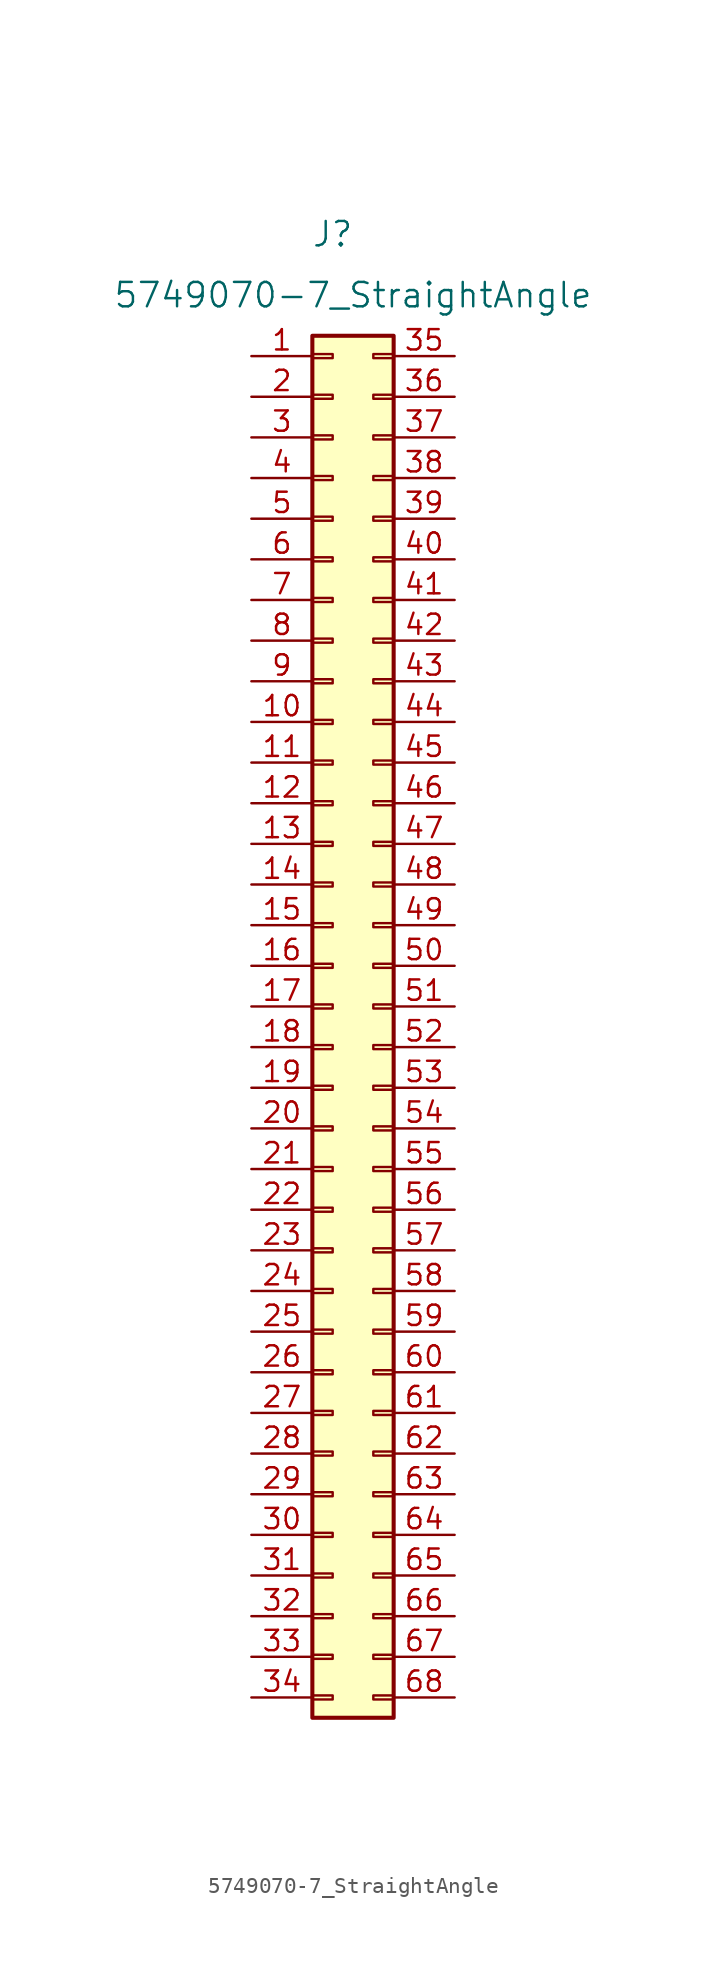
<source format=kicad_sym>
(kicad_symbol_lib
  (version 20220914)
  (generator kicad_symbol_editor)
  (symbol "5749070-7_StraightAngle"
    (pin_names
      (offset 0) hide)
    (property "Reference" "J"
      (at 5.08 7.62 0)
      (effects (font (size 1.524 1.524))))
    (property "Value" "5749070-7_StraightAngle"
      (at 6.35 3.81 0)
      (effects (font (size 1.524 1.524))))
    (symbol "5749070-7_StraightAngle_1_1"
      (rectangle (start 3.81 -83.693) (end 5.08 -83.947) (stroke (width 0.152) (type default)) (fill (type none)))
      (rectangle (start 3.81 -81.153) (end 5.08 -81.407) (stroke (width 0.152) (type default)) (fill (type none)))
      (rectangle (start 3.81 -78.613) (end 5.08 -78.867) (stroke (width 0.152) (type default)) (fill (type none)))
      (rectangle (start 3.81 -76.073) (end 5.08 -76.327) (stroke (width 0.152) (type default)) (fill (type none)))
      (rectangle (start 3.81 -73.533) (end 5.08 -73.787) (stroke (width 0.152) (type default)) (fill (type none)))
      (rectangle (start 3.81 -70.993) (end 5.08 -71.247) (stroke (width 0.152) (type default)) (fill (type none)))
      (rectangle (start 3.81 -68.453) (end 5.08 -68.707) (stroke (width 0.152) (type default)) (fill (type none)))
      (rectangle (start 3.81 -65.913) (end 5.08 -66.167) (stroke (width 0.152) (type default)) (fill (type none)))
      (rectangle (start 3.81 -63.373) (end 5.08 -63.627) (stroke (width 0.152) (type default)) (fill (type none)))
      (rectangle (start 3.81 -60.833) (end 5.08 -61.087) (stroke (width 0.152) (type default)) (fill (type none)))
      (rectangle (start 3.81 -58.293) (end 5.08 -58.547) (stroke (width 0.152) (type default)) (fill (type none)))
      (rectangle (start 3.81 -55.753) (end 5.08 -56.007) (stroke (width 0.152) (type default)) (fill (type none)))
      (rectangle (start 3.81 -53.213) (end 5.08 -53.467) (stroke (width 0.152) (type default)) (fill (type none)))
      (rectangle (start 3.81 -50.673) (end 5.08 -50.927) (stroke (width 0.152) (type default)) (fill (type none)))
      (rectangle (start 3.81 -48.133) (end 5.08 -48.387) (stroke (width 0.152) (type default)) (fill (type none)))
      (rectangle (start 3.81 -45.593) (end 5.08 -45.847) (stroke (width 0.152) (type default)) (fill (type none)))
      (rectangle (start 3.81 -43.053) (end 5.08 -43.307) (stroke (width 0.152) (type default)) (fill (type none)))
      (rectangle (start 3.81 -40.513) (end 5.08 -40.767) (stroke (width 0.152) (type default)) (fill (type none)))
      (rectangle (start 3.81 -37.973) (end 5.08 -38.227) (stroke (width 0.152) (type default)) (fill (type none)))
      (rectangle (start 3.81 -35.433) (end 5.08 -35.687) (stroke (width 0.152) (type default)) (fill (type none)))
      (rectangle (start 3.81 -32.893) (end 5.08 -33.147) (stroke (width 0.152) (type default)) (fill (type none)))
      (rectangle (start 3.81 -30.353) (end 5.08 -30.607) (stroke (width 0.152) (type default)) (fill (type none)))
      (rectangle (start 3.81 -27.813) (end 5.08 -28.067) (stroke (width 0.152) (type default)) (fill (type none)))
      (rectangle (start 3.81 -25.273) (end 5.08 -25.527) (stroke (width 0.152) (type default)) (fill (type none)))
      (rectangle (start 3.81 -22.733) (end 5.08 -22.987) (stroke (width 0.152) (type default)) (fill (type none)))
      (rectangle (start 3.81 -20.193) (end 5.08 -20.447) (stroke (width 0.152) (type default)) (fill (type none)))
      (rectangle (start 3.81 -17.653) (end 5.08 -17.907) (stroke (width 0.152) (type default)) (fill (type none)))
      (rectangle (start 3.81 -15.113) (end 5.08 -15.367) (stroke (width 0.152) (type default)) (fill (type none)))
      (rectangle (start 3.81 -12.573) (end 5.08 -12.827) (stroke (width 0.152) (type default)) (fill (type none)))
      (rectangle (start 3.81 -10.033) (end 5.08 -10.287) (stroke (width 0.152) (type default)) (fill (type none)))
      (rectangle (start 3.81 -7.493) (end 5.08 -7.747) (stroke (width 0.152) (type default)) (fill (type none)))
      (rectangle (start 3.81 -4.953) (end 5.08 -5.207) (stroke (width 0.152) (type default)) (fill (type none)))
      (rectangle (start 3.81 -2.413) (end 5.08 -2.667) (stroke (width 0.152) (type default)) (fill (type none)))
      (rectangle (start 3.81 0.127) (end 5.08 -0.127) (stroke (width 0.152) (type default)) (fill (type none)))
      (rectangle (start 3.81 1.27) (end 8.89 -85.09) (stroke (width 0.254) (type default)) (fill (type background)))
      (rectangle (start 8.89 -83.693) (end 7.62 -83.947) (stroke (width 0.152) (type default)) (fill (type none)))
      (rectangle (start 8.89 -81.153) (end 7.62 -81.407) (stroke (width 0.152) (type default)) (fill (type none)))
      (rectangle (start 8.89 -78.613) (end 7.62 -78.867) (stroke (width 0.152) (type default)) (fill (type none)))
      (rectangle (start 8.89 -76.073) (end 7.62 -76.327) (stroke (width 0.152) (type default)) (fill (type none)))
      (rectangle (start 8.89 -73.533) (end 7.62 -73.787) (stroke (width 0.152) (type default)) (fill (type none)))
      (rectangle (start 8.89 -70.993) (end 7.62 -71.247) (stroke (width 0.152) (type default)) (fill (type none)))
      (rectangle (start 8.89 -68.453) (end 7.62 -68.707) (stroke (width 0.152) (type default)) (fill (type none)))
      (rectangle (start 8.89 -65.913) (end 7.62 -66.167) (stroke (width 0.152) (type default)) (fill (type none)))
      (rectangle (start 8.89 -63.373) (end 7.62 -63.627) (stroke (width 0.152) (type default)) (fill (type none)))
      (rectangle (start 8.89 -60.833) (end 7.62 -61.087) (stroke (width 0.152) (type default)) (fill (type none)))
      (rectangle (start 8.89 -58.293) (end 7.62 -58.547) (stroke (width 0.152) (type default)) (fill (type none)))
      (rectangle (start 8.89 -55.753) (end 7.62 -56.007) (stroke (width 0.152) (type default)) (fill (type none)))
      (rectangle (start 8.89 -53.213) (end 7.62 -53.467) (stroke (width 0.152) (type default)) (fill (type none)))
      (rectangle (start 8.89 -50.673) (end 7.62 -50.927) (stroke (width 0.152) (type default)) (fill (type none)))
      (rectangle (start 8.89 -48.133) (end 7.62 -48.387) (stroke (width 0.152) (type default)) (fill (type none)))
      (rectangle (start 8.89 -45.593) (end 7.62 -45.847) (stroke (width 0.152) (type default)) (fill (type none)))
      (rectangle (start 8.89 -43.053) (end 7.62 -43.307) (stroke (width 0.152) (type default)) (fill (type none)))
      (rectangle (start 8.89 -40.513) (end 7.62 -40.767) (stroke (width 0.152) (type default)) (fill (type none)))
      (rectangle (start 8.89 -37.973) (end 7.62 -38.227) (stroke (width 0.152) (type default)) (fill (type none)))
      (rectangle (start 8.89 -35.433) (end 7.62 -35.687) (stroke (width 0.152) (type default)) (fill (type none)))
      (rectangle (start 8.89 -32.893) (end 7.62 -33.147) (stroke (width 0.152) (type default)) (fill (type none)))
      (rectangle (start 8.89 -30.353) (end 7.62 -30.607) (stroke (width 0.152) (type default)) (fill (type none)))
      (rectangle (start 8.89 -27.813) (end 7.62 -28.067) (stroke (width 0.152) (type default)) (fill (type none)))
      (rectangle (start 8.89 -25.273) (end 7.62 -25.527) (stroke (width 0.152) (type default)) (fill (type none)))
      (rectangle (start 8.89 -22.733) (end 7.62 -22.987) (stroke (width 0.152) (type default)) (fill (type none)))
      (rectangle (start 8.89 -20.193) (end 7.62 -20.447) (stroke (width 0.152) (type default)) (fill (type none)))
      (rectangle (start 8.89 -17.653) (end 7.62 -17.907) (stroke (width 0.152) (type default)) (fill (type none)))
      (rectangle (start 8.89 -15.113) (end 7.62 -15.367) (stroke (width 0.152) (type default)) (fill (type none)))
      (rectangle (start 8.89 -12.573) (end 7.62 -12.827) (stroke (width 0.152) (type default)) (fill (type none)))
      (rectangle (start 8.89 -10.033) (end 7.62 -10.287) (stroke (width 0.152) (type default)) (fill (type none)))
      (rectangle (start 8.89 -7.493) (end 7.62 -7.747) (stroke (width 0.152) (type default)) (fill (type none)))
      (rectangle (start 8.89 -4.953) (end 7.62 -5.207) (stroke (width 0.152) (type default)) (fill (type none)))
      (rectangle (start 8.89 -2.413) (end 7.62 -2.667) (stroke (width 0.152) (type default)) (fill (type none)))
      (rectangle (start 8.89 0.127) (end 7.62 -0.127) (stroke (width 0.152) (type default)) (fill (type none)))
      (pin passive line (at 0 0 0) (length 3.81) (name "Pin_1" (effects (font (size 1.27 1.27)))) (number "1" (effects (font (size 1.27 1.27)))))
      (pin passive line (at 0 -22.86 0) (length 3.81) (name "Pin_10" (effects (font (size 1.27 1.27)))) (number "10" (effects (font (size 1.27 1.27)))))
      (pin passive line (at 0 -25.4 0) (length 3.81) (name "Pin_11" (effects (font (size 1.27 1.27)))) (number "11" (effects (font (size 1.27 1.27)))))
      (pin passive line (at 0 -27.94 0) (length 3.81) (name "Pin_12" (effects (font (size 1.27 1.27)))) (number "12" (effects (font (size 1.27 1.27)))))
      (pin passive line (at 0 -30.48 0) (length 3.81) (name "Pin_13" (effects (font (size 1.27 1.27)))) (number "13" (effects (font (size 1.27 1.27)))))
      (pin passive line (at 0 -33.02 0) (length 3.81) (name "Pin_14" (effects (font (size 1.27 1.27)))) (number "14" (effects (font (size 1.27 1.27)))))
      (pin passive line (at 0 -35.56 0) (length 3.81) (name "Pin_15" (effects (font (size 1.27 1.27)))) (number "15" (effects (font (size 1.27 1.27)))))
      (pin passive line (at 0 -38.1 0) (length 3.81) (name "Pin_16" (effects (font (size 1.27 1.27)))) (number "16" (effects (font (size 1.27 1.27)))))
      (pin passive line (at 0 -40.64 0) (length 3.81) (name "Pin_17" (effects (font (size 1.27 1.27)))) (number "17" (effects (font (size 1.27 1.27)))))
      (pin passive line (at 0 -43.18 0) (length 3.81) (name "Pin_18" (effects (font (size 1.27 1.27)))) (number "18" (effects (font (size 1.27 1.27)))))
      (pin passive line (at 0 -45.72 0) (length 3.81) (name "Pin_19" (effects (font (size 1.27 1.27)))) (number "19" (effects (font (size 1.27 1.27)))))
      (pin passive line (at 0 -2.54 0) (length 3.81) (name "Pin_2" (effects (font (size 1.27 1.27)))) (number "2" (effects (font (size 1.27 1.27)))))
      (pin passive line (at 0 -48.26 0) (length 3.81) (name "Pin_20" (effects (font (size 1.27 1.27)))) (number "20" (effects (font (size 1.27 1.27)))))
      (pin passive line (at 0 -50.8 0) (length 3.81) (name "Pin_21" (effects (font (size 1.27 1.27)))) (number "21" (effects (font (size 1.27 1.27)))))
      (pin passive line (at 0 -53.34 0) (length 3.81) (name "Pin_22" (effects (font (size 1.27 1.27)))) (number "22" (effects (font (size 1.27 1.27)))))
      (pin passive line (at 0 -55.88 0) (length 3.81) (name "Pin_23" (effects (font (size 1.27 1.27)))) (number "23" (effects (font (size 1.27 1.27)))))
      (pin passive line (at 0 -58.42 0) (length 3.81) (name "Pin_24" (effects (font (size 1.27 1.27)))) (number "24" (effects (font (size 1.27 1.27)))))
      (pin passive line (at 0 -60.96 0) (length 3.81) (name "Pin_25" (effects (font (size 1.27 1.27)))) (number "25" (effects (font (size 1.27 1.27)))))
      (pin passive line (at 0 -63.5 0) (length 3.81) (name "Pin_26" (effects (font (size 1.27 1.27)))) (number "26" (effects (font (size 1.27 1.27)))))
      (pin passive line (at 0 -66.04 0) (length 3.81) (name "Pin_27" (effects (font (size 1.27 1.27)))) (number "27" (effects (font (size 1.27 1.27)))))
      (pin passive line (at 0 -68.58 0) (length 3.81) (name "Pin_28" (effects (font (size 1.27 1.27)))) (number "28" (effects (font (size 1.27 1.27)))))
      (pin passive line (at 0 -71.12 0) (length 3.81) (name "Pin_29" (effects (font (size 1.27 1.27)))) (number "29" (effects (font (size 1.27 1.27)))))
      (pin passive line (at 0 -5.08 0) (length 3.81) (name "Pin_3" (effects (font (size 1.27 1.27)))) (number "3" (effects (font (size 1.27 1.27)))))
      (pin passive line (at 0 -73.66 0) (length 3.81) (name "Pin_30" (effects (font (size 1.27 1.27)))) (number "30" (effects (font (size 1.27 1.27)))))
      (pin passive line (at 0 -76.2 0) (length 3.81) (name "Pin_31" (effects (font (size 1.27 1.27)))) (number "31" (effects (font (size 1.27 1.27)))))
      (pin passive line (at 0 -78.74 0) (length 3.81) (name "Pin_32" (effects (font (size 1.27 1.27)))) (number "32" (effects (font (size 1.27 1.27)))))
      (pin passive line (at 0 -81.28 0) (length 3.81) (name "Pin_33" (effects (font (size 1.27 1.27)))) (number "33" (effects (font (size 1.27 1.27)))))
      (pin passive line (at 0 -83.82 0) (length 3.81) (name "Pin_34" (effects (font (size 1.27 1.27)))) (number "34" (effects (font (size 1.27 1.27)))))
      (pin passive line (at 12.7 0 180) (length 3.81) (name "Pin_35" (effects (font (size 1.27 1.27)))) (number "35" (effects (font (size 1.27 1.27)))))
      (pin passive line (at 12.7 -2.54 180) (length 3.81) (name "Pin_36" (effects (font (size 1.27 1.27)))) (number "36" (effects (font (size 1.27 1.27)))))
      (pin passive line (at 12.7 -5.08 180) (length 3.81) (name "Pin_37" (effects (font (size 1.27 1.27)))) (number "37" (effects (font (size 1.27 1.27)))))
      (pin passive line (at 12.7 -7.62 180) (length 3.81) (name "Pin_38" (effects (font (size 1.27 1.27)))) (number "38" (effects (font (size 1.27 1.27)))))
      (pin passive line (at 12.7 -10.16 180) (length 3.81) (name "Pin_39" (effects (font (size 1.27 1.27)))) (number "39" (effects (font (size 1.27 1.27)))))
      (pin passive line (at 0 -7.62 0) (length 3.81) (name "Pin_4" (effects (font (size 1.27 1.27)))) (number "4" (effects (font (size 1.27 1.27)))))
      (pin passive line (at 12.7 -12.7 180) (length 3.81) (name "Pin_40" (effects (font (size 1.27 1.27)))) (number "40" (effects (font (size 1.27 1.27)))))
      (pin passive line (at 12.7 -15.24 180) (length 3.81) (name "Pin_41" (effects (font (size 1.27 1.27)))) (number "41" (effects (font (size 1.27 1.27)))))
      (pin passive line (at 12.7 -17.78 180) (length 3.81) (name "Pin_42" (effects (font (size 1.27 1.27)))) (number "42" (effects (font (size 1.27 1.27)))))
      (pin passive line (at 12.7 -20.32 180) (length 3.81) (name "Pin_43" (effects (font (size 1.27 1.27)))) (number "43" (effects (font (size 1.27 1.27)))))
      (pin passive line (at 12.7 -22.86 180) (length 3.81) (name "Pin_44" (effects (font (size 1.27 1.27)))) (number "44" (effects (font (size 1.27 1.27)))))
      (pin passive line (at 12.7 -25.4 180) (length 3.81) (name "Pin_45" (effects (font (size 1.27 1.27)))) (number "45" (effects (font (size 1.27 1.27)))))
      (pin passive line (at 12.7 -27.94 180) (length 3.81) (name "Pin_46" (effects (font (size 1.27 1.27)))) (number "46" (effects (font (size 1.27 1.27)))))
      (pin passive line (at 12.7 -30.48 180) (length 3.81) (name "Pin_47" (effects (font (size 1.27 1.27)))) (number "47" (effects (font (size 1.27 1.27)))))
      (pin passive line (at 12.7 -33.02 180) (length 3.81) (name "Pin_48" (effects (font (size 1.27 1.27)))) (number "48" (effects (font (size 1.27 1.27)))))
      (pin passive line (at 12.7 -35.56 180) (length 3.81) (name "Pin_49" (effects (font (size 1.27 1.27)))) (number "49" (effects (font (size 1.27 1.27)))))
      (pin passive line (at 0 -10.16 0) (length 3.81) (name "Pin_5" (effects (font (size 1.27 1.27)))) (number "5" (effects (font (size 1.27 1.27)))))
      (pin passive line (at 12.7 -38.1 180) (length 3.81) (name "Pin_50" (effects (font (size 1.27 1.27)))) (number "50" (effects (font (size 1.27 1.27)))))
      (pin passive line (at 12.7 -40.64 180) (length 3.81) (name "Pin_51" (effects (font (size 1.27 1.27)))) (number "51" (effects (font (size 1.27 1.27)))))
      (pin passive line (at 12.7 -43.18 180) (length 3.81) (name "Pin_52" (effects (font (size 1.27 1.27)))) (number "52" (effects (font (size 1.27 1.27)))))
      (pin passive line (at 12.7 -45.72 180) (length 3.81) (name "Pin_53" (effects (font (size 1.27 1.27)))) (number "53" (effects (font (size 1.27 1.27)))))
      (pin passive line (at 12.7 -48.26 180) (length 3.81) (name "Pin_54" (effects (font (size 1.27 1.27)))) (number "54" (effects (font (size 1.27 1.27)))))
      (pin passive line (at 12.7 -50.8 180) (length 3.81) (name "Pin_55" (effects (font (size 1.27 1.27)))) (number "55" (effects (font (size 1.27 1.27)))))
      (pin passive line (at 12.7 -53.34 180) (length 3.81) (name "Pin_56" (effects (font (size 1.27 1.27)))) (number "56" (effects (font (size 1.27 1.27)))))
      (pin passive line (at 12.7 -55.88 180) (length 3.81) (name "Pin_57" (effects (font (size 1.27 1.27)))) (number "57" (effects (font (size 1.27 1.27)))))
      (pin passive line (at 12.7 -58.42 180) (length 3.81) (name "Pin_58" (effects (font (size 1.27 1.27)))) (number "58" (effects (font (size 1.27 1.27)))))
      (pin passive line (at 12.7 -60.96 180) (length 3.81) (name "Pin_59" (effects (font (size 1.27 1.27)))) (number "59" (effects (font (size 1.27 1.27)))))
      (pin passive line (at 0 -12.7 0) (length 3.81) (name "Pin_6" (effects (font (size 1.27 1.27)))) (number "6" (effects (font (size 1.27 1.27)))))
      (pin passive line (at 12.7 -63.5 180) (length 3.81) (name "Pin_60" (effects (font (size 1.27 1.27)))) (number "60" (effects (font (size 1.27 1.27)))))
      (pin passive line (at 12.7 -66.04 180) (length 3.81) (name "Pin_61" (effects (font (size 1.27 1.27)))) (number "61" (effects (font (size 1.27 1.27)))))
      (pin passive line (at 12.7 -68.58 180) (length 3.81) (name "Pin_62" (effects (font (size 1.27 1.27)))) (number "62" (effects (font (size 1.27 1.27)))))
      (pin passive line (at 12.7 -71.12 180) (length 3.81) (name "Pin_63" (effects (font (size 1.27 1.27)))) (number "63" (effects (font (size 1.27 1.27)))))
      (pin passive line (at 12.7 -73.66 180) (length 3.81) (name "Pin_64" (effects (font (size 1.27 1.27)))) (number "64" (effects (font (size 1.27 1.27)))))
      (pin passive line (at 12.7 -76.2 180) (length 3.81) (name "Pin_65" (effects (font (size 1.27 1.27)))) (number "65" (effects (font (size 1.27 1.27)))))
      (pin passive line (at 12.7 -78.74 180) (length 3.81) (name "Pin_66" (effects (font (size 1.27 1.27)))) (number "66" (effects (font (size 1.27 1.27)))))
      (pin passive line (at 12.7 -81.28 180) (length 3.81) (name "Pin_67" (effects (font (size 1.27 1.27)))) (number "67" (effects (font (size 1.27 1.27)))))
      (pin passive line (at 12.7 -83.82 180) (length 3.81) (name "Pin_68" (effects (font (size 1.27 1.27)))) (number "68" (effects (font (size 1.27 1.27)))))
      (pin passive line (at 0 -15.24 0) (length 3.81) (name "Pin_7" (effects (font (size 1.27 1.27)))) (number "7" (effects (font (size 1.27 1.27)))))
      (pin passive line (at 0 -17.78 0) (length 3.81) (name "Pin_8" (effects (font (size 1.27 1.27)))) (number "8" (effects (font (size 1.27 1.27)))))
      (pin passive line (at 0 -20.32 0) (length 3.81) (name "Pin_9" (effects (font (size 1.27 1.27)))) (number "9" (effects (font (size 1.27 1.27))))))))
</source>
